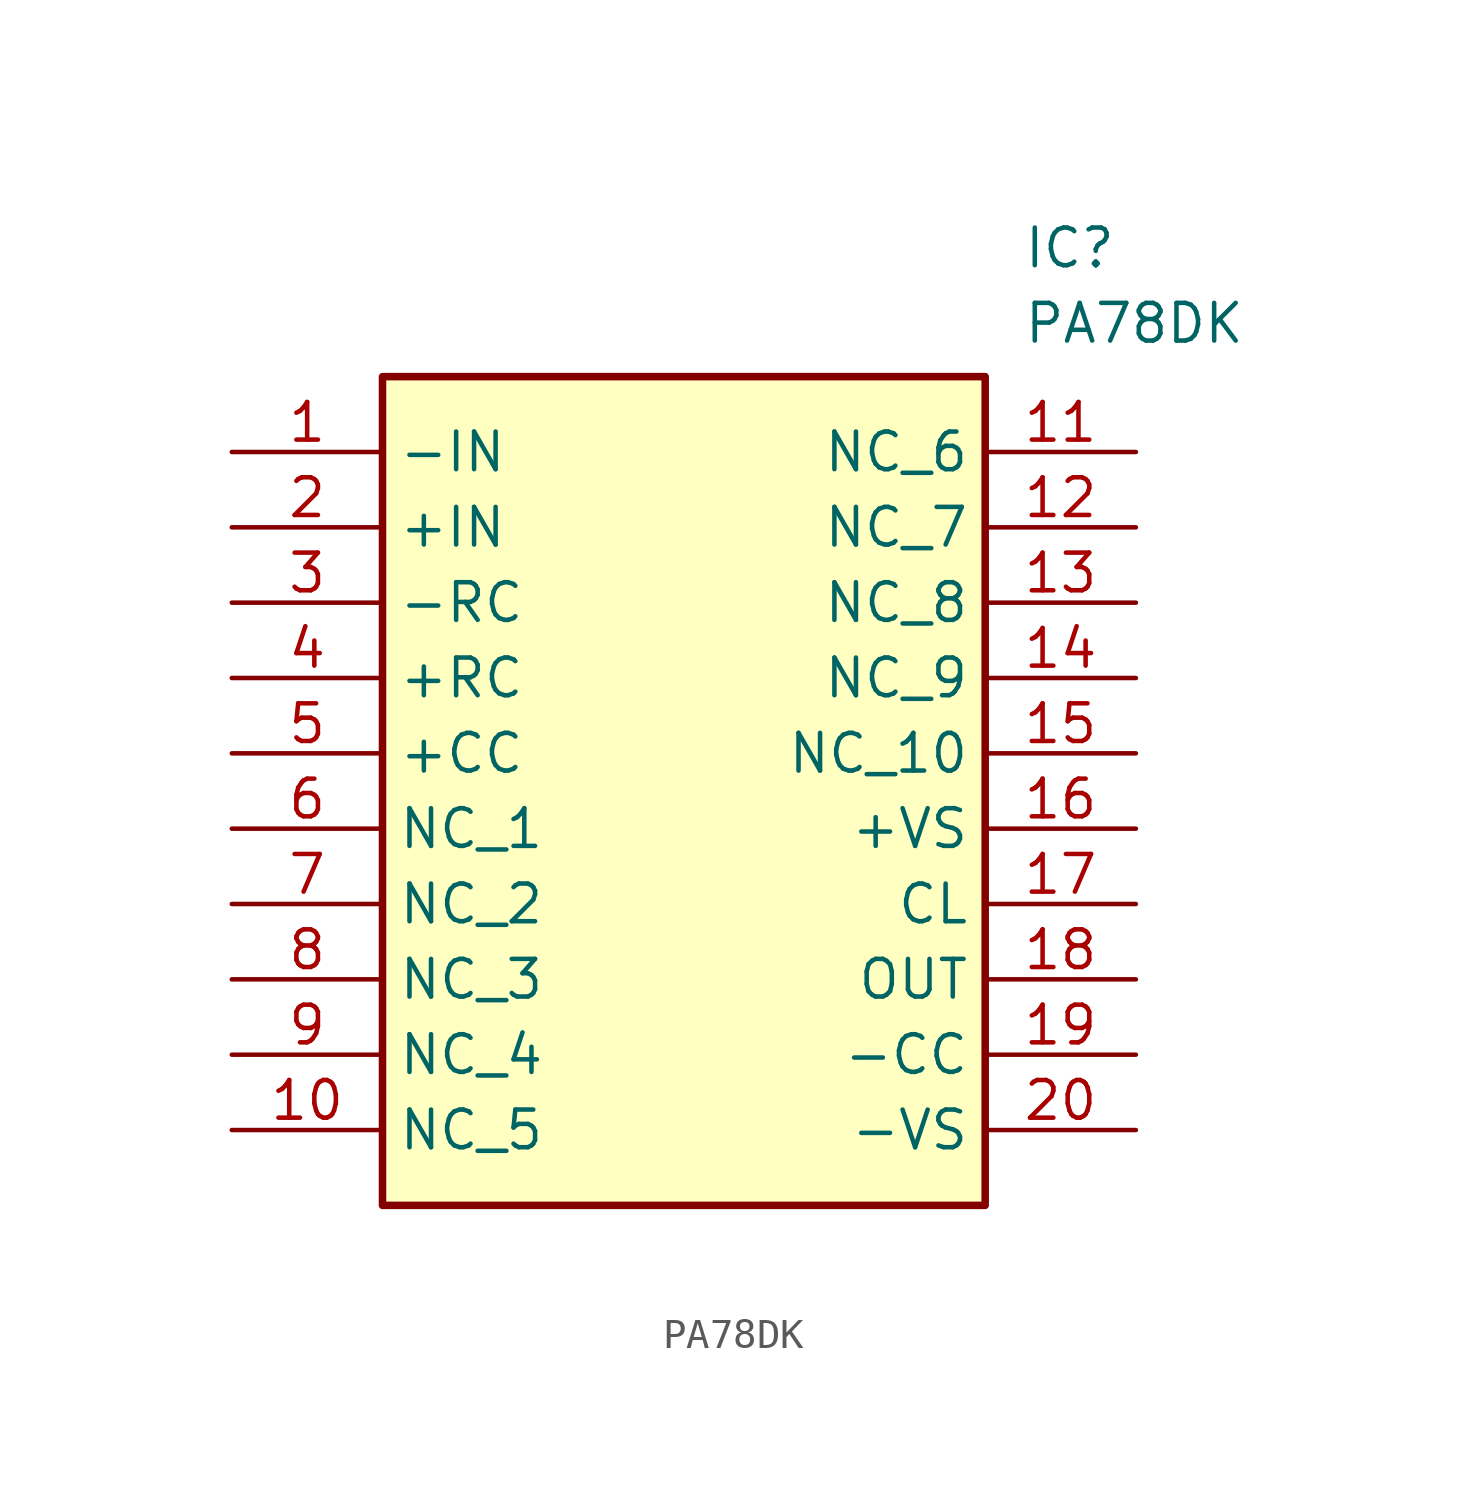
<source format=kicad_sym>
(kicad_symbol_lib
  (version 20211014)
  (generator SamacSys_ECAD_Model)
  (symbol "PA78DK"
    (property "Reference" "IC"
      (at 26.67 7.62 0)
      (effects (font (size 1.27 1.27)) (justify left top)))
    (property "Value" "PA78DK"
      (at 26.67 5.08 0)
      (effects (font (size 1.27 1.27)) (justify left top)))
    (rectangle
      (start 5.08 2.54)
      (end 25.4 -25.4)
      (stroke (width 0.254) (type default))
      (fill (type background)))
    (pin passive line
      (at 0 0 0)
      (length 5.08)
      (name "-IN" (effects (font (size 1.27 1.27))))
      (number "1" (effects (font (size 1.27 1.27)))))
    (pin passive line
      (at 0 -2.54 0)
      (length 5.08)
      (name "+IN" (effects (font (size 1.27 1.27))))
      (number "2" (effects (font (size 1.27 1.27)))))
    (pin passive line
      (at 0 -5.08 0)
      (length 5.08)
      (name "-RC" (effects (font (size 1.27 1.27))))
      (number "3" (effects (font (size 1.27 1.27)))))
    (pin passive line
      (at 0 -7.62 0)
      (length 5.08)
      (name "+RC" (effects (font (size 1.27 1.27))))
      (number "4" (effects (font (size 1.27 1.27)))))
    (pin passive line
      (at 0 -10.16 0)
      (length 5.08)
      (name "+CC" (effects (font (size 1.27 1.27))))
      (number "5" (effects (font (size 1.27 1.27)))))
    (pin passive line
      (at 0 -12.7 0)
      (length 5.08)
      (name "NC_1" (effects (font (size 1.27 1.27))))
      (number "6" (effects (font (size 1.27 1.27)))))
    (pin passive line
      (at 0 -15.24 0)
      (length 5.08)
      (name "NC_2" (effects (font (size 1.27 1.27))))
      (number "7" (effects (font (size 1.27 1.27)))))
    (pin passive line
      (at 0 -17.78 0)
      (length 5.08)
      (name "NC_3" (effects (font (size 1.27 1.27))))
      (number "8" (effects (font (size 1.27 1.27)))))
    (pin passive line
      (at 0 -20.32 0)
      (length 5.08)
      (name "NC_4" (effects (font (size 1.27 1.27))))
      (number "9" (effects (font (size 1.27 1.27)))))
    (pin passive line
      (at 0 -22.86 0)
      (length 5.08)
      (name "NC_5" (effects (font (size 1.27 1.27))))
      (number "10" (effects (font (size 1.27 1.27)))))
    (pin passive line
      (at 30.48 0 180)
      (length 5.08)
      (name "NC_6" (effects (font (size 1.27 1.27))))
      (number "11" (effects (font (size 1.27 1.27)))))
    (pin passive line
      (at 30.48 -2.54 180)
      (length 5.08)
      (name "NC_7" (effects (font (size 1.27 1.27))))
      (number "12" (effects (font (size 1.27 1.27)))))
    (pin passive line
      (at 30.48 -5.08 180)
      (length 5.08)
      (name "NC_8" (effects (font (size 1.27 1.27))))
      (number "13" (effects (font (size 1.27 1.27)))))
    (pin passive line
      (at 30.48 -7.62 180)
      (length 5.08)
      (name "NC_9" (effects (font (size 1.27 1.27))))
      (number "14" (effects (font (size 1.27 1.27)))))
    (pin passive line
      (at 30.48 -10.16 180)
      (length 5.08)
      (name "NC_10" (effects (font (size 1.27 1.27))))
      (number "15" (effects (font (size 1.27 1.27)))))
    (pin passive line
      (at 30.48 -12.7 180)
      (length 5.08)
      (name "+VS" (effects (font (size 1.27 1.27))))
      (number "16" (effects (font (size 1.27 1.27)))))
    (pin passive line
      (at 30.48 -15.24 180)
      (length 5.08)
      (name "CL" (effects (font (size 1.27 1.27))))
      (number "17" (effects (font (size 1.27 1.27)))))
    (pin passive line
      (at 30.48 -17.78 180)
      (length 5.08)
      (name "OUT" (effects (font (size 1.27 1.27))))
      (number "18" (effects (font (size 1.27 1.27)))))
    (pin passive line
      (at 30.48 -20.32 180)
      (length 5.08)
      (name "-CC" (effects (font (size 1.27 1.27))))
      (number "19" (effects (font (size 1.27 1.27)))))
    (pin passive line
      (at 30.48 -22.86 180)
      (length 5.08)
      (name "-VS" (effects (font (size 1.27 1.27))))
      (number "20" (effects (font (size 1.27 1.27)))))))
</source>
